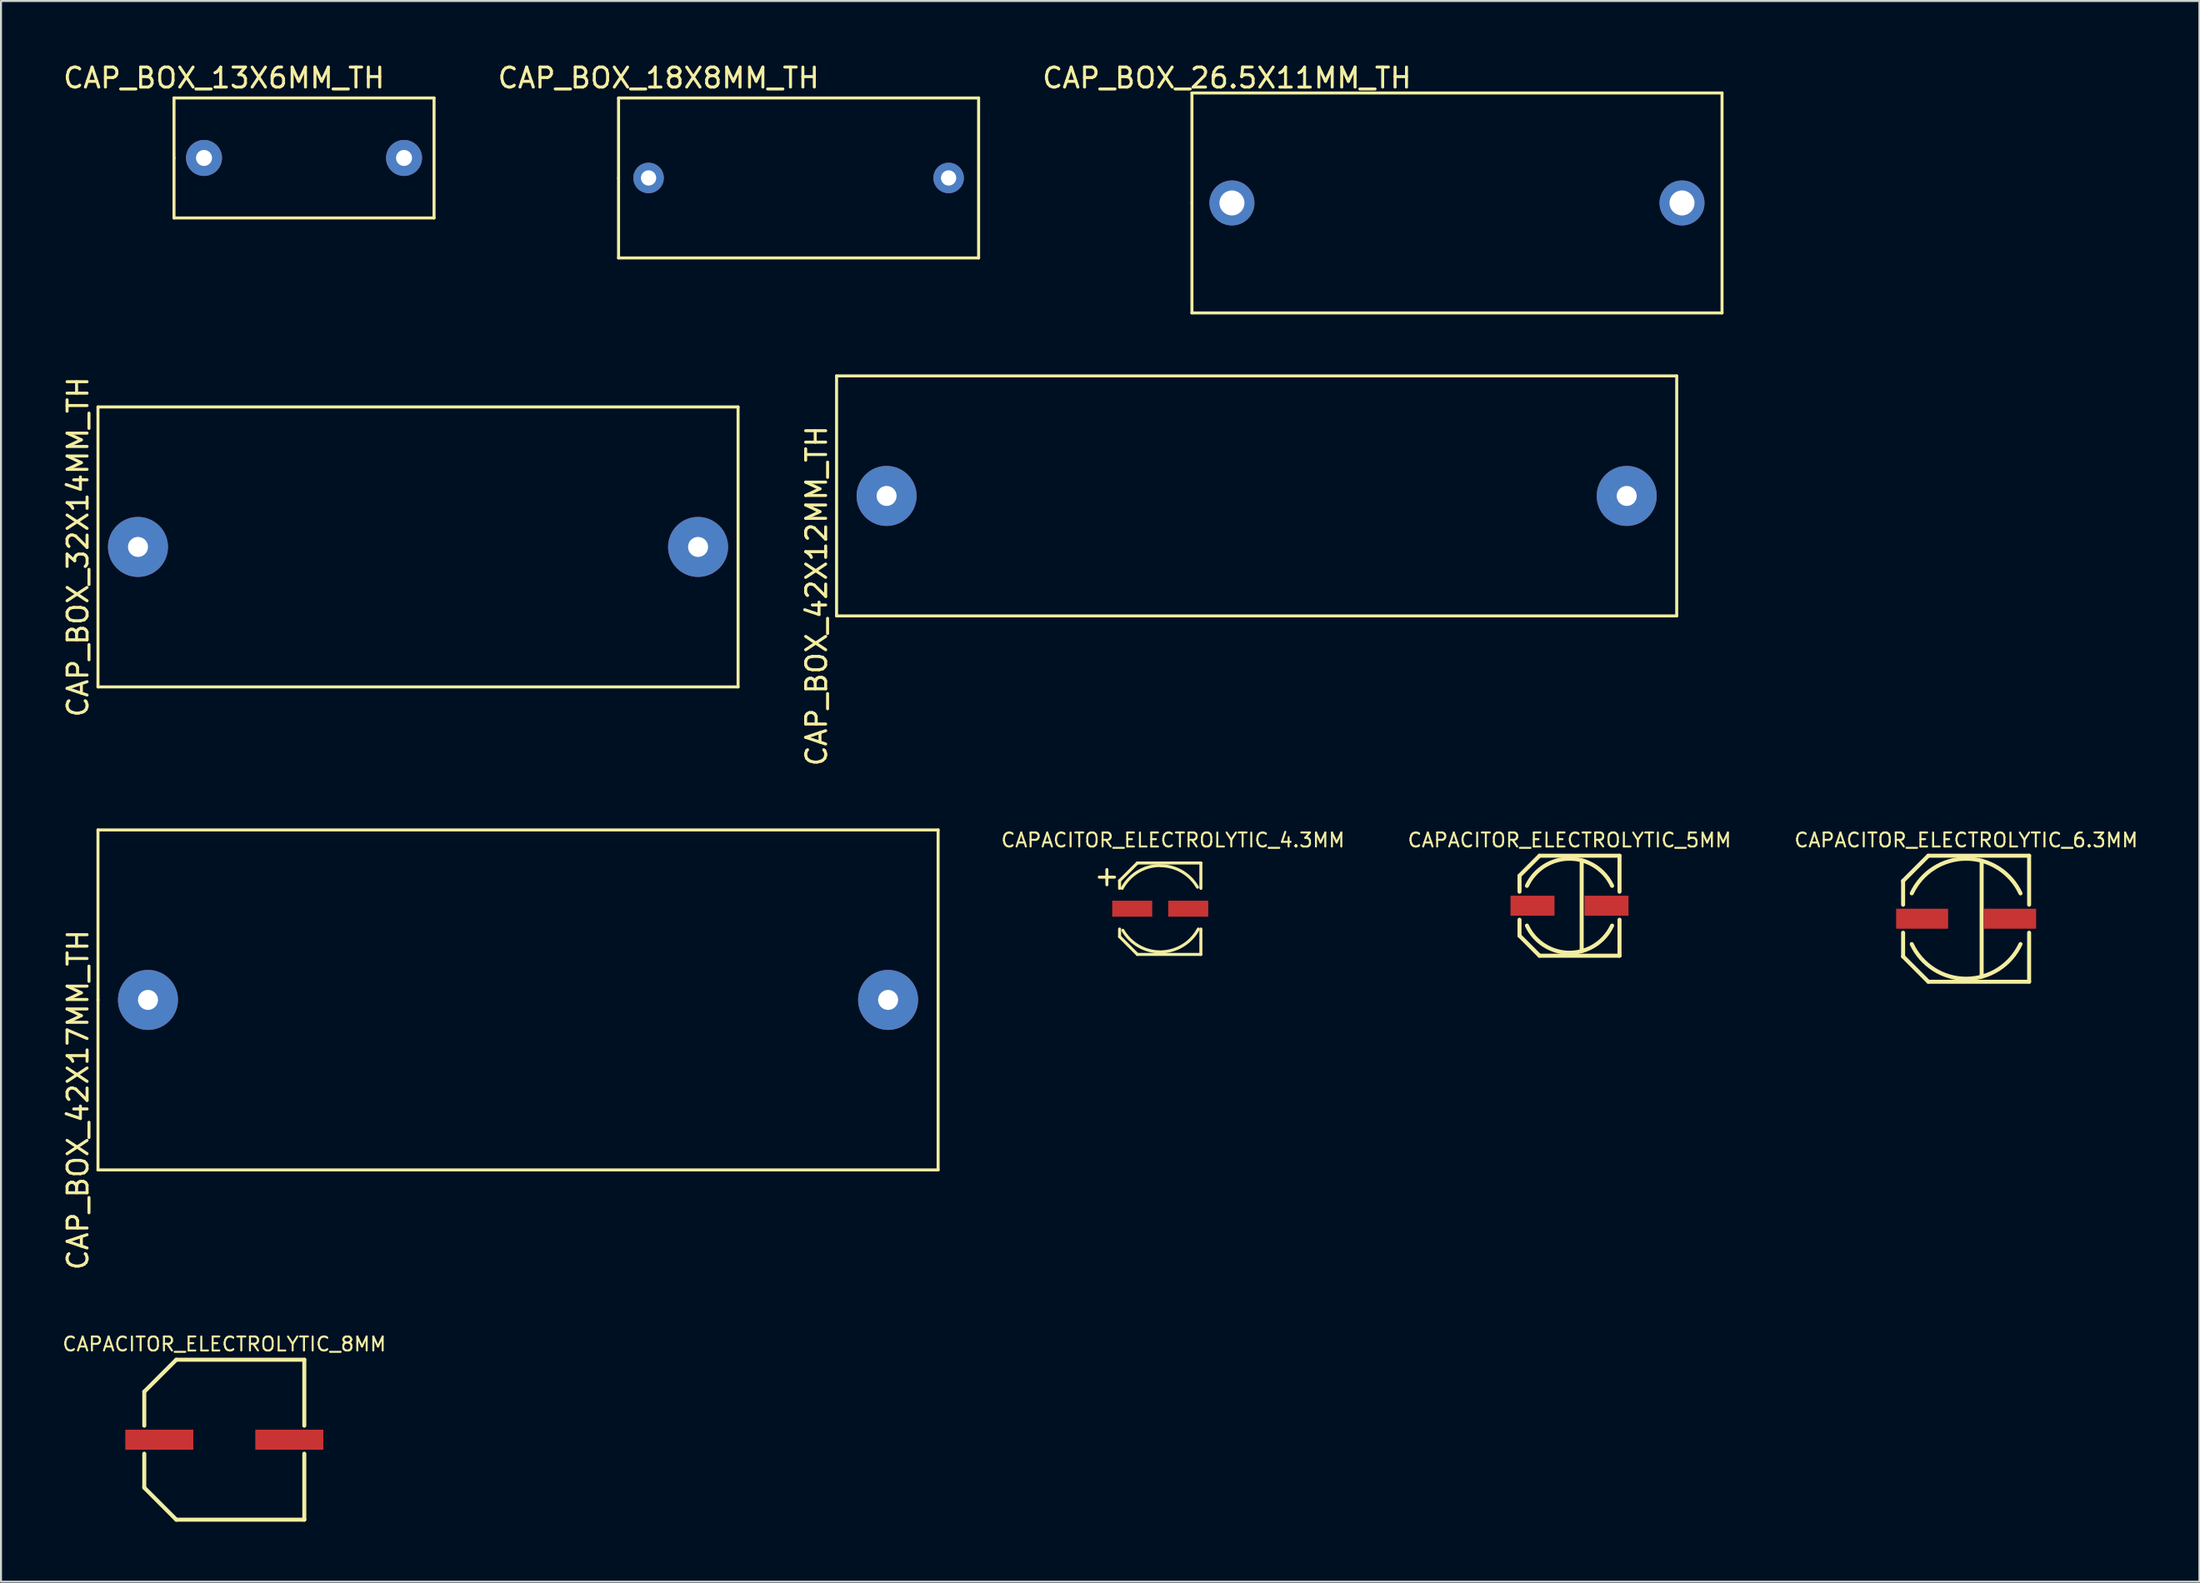
<source format=kicad_pcb>
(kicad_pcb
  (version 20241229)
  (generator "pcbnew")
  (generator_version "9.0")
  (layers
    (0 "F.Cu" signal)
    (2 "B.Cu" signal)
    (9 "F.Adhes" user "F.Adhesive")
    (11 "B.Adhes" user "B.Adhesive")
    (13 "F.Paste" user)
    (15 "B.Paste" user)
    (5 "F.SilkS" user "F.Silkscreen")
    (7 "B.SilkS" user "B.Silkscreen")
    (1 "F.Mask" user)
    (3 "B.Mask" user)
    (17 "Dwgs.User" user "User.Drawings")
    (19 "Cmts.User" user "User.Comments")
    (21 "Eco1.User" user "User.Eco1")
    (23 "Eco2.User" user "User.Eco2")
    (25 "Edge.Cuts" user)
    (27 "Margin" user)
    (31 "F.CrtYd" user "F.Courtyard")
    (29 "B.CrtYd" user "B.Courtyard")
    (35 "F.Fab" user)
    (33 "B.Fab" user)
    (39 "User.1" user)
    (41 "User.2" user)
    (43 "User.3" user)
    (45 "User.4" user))
  (footprint "CAP_BOX_18X8MM_TH"
    (layer "F.Cu")
    (at 36.873 5.848)
    (property "Reference" "CAP_BOX_18X8MM_TH" (at -7 -5 0) (layer "F.SilkS") (effects (font (size 1 1) (thickness 0.15))))
    (attr through_hole)
    (fp_line (start -9 -4) (end 9 -4) (stroke (width 0.15) (type solid)) (layer "F.SilkS"))
    (fp_line (start -9 0) (end -9 -4) (stroke (width 0.15) (type solid)) (layer "F.SilkS"))
    (fp_line (start -9 4) (end -9 0) (stroke (width 0.15) (type solid)) (layer "F.SilkS"))
    (fp_line (start 9 -4) (end 9 4) (stroke (width 0.15) (type solid)) (layer "F.SilkS"))
    (fp_line (start 9 4) (end -9 4) (stroke (width 0.15) (type solid)) (layer "F.SilkS"))
    (pad "1" thru_hole circle (at -7.5 0) (size 1.524 1.524) (drill 0.762) (layers "*.Cu" "*.Mask"))
    (pad "2" thru_hole circle (at 7.5 0) (size 1.524 1.524) (drill 0.762) (layers "*.Cu" "*.Mask")))
  (footprint "CAP_BOX_13X6MM_TH"
    (layer "F.Cu")
    (at 12.149 4.848)
    (property "Reference" "CAP_BOX_13X6MM_TH" (at -4 -4 0) (layer "F.SilkS") (effects (font (size 1 1) (thickness 0.15))))
    (attr through_hole)
    (fp_line (start -6.5 -3) (end 6.5 -3) (stroke (width 0.15) (type solid)) (layer "F.SilkS"))
    (fp_line (start -6.5 0) (end -6.5 -3) (stroke (width 0.15) (type solid)) (layer "F.SilkS"))
    (fp_line (start -6.5 3) (end -6.5 0) (stroke (width 0.15) (type solid)) (layer "F.SilkS"))
    (fp_line (start 6.5 -3) (end 6.5 3) (stroke (width 0.15) (type solid)) (layer "F.SilkS"))
    (fp_line (start 6.5 3) (end -6.5 3) (stroke (width 0.15) (type solid)) (layer "F.SilkS"))
    (pad "1" thru_hole circle (at -5 0) (size 1.8 1.8) (drill 0.8) (layers "*.Cu" "*.Mask"))
    (pad "2" thru_hole circle (at 5 0) (size 1.8 1.8) (drill 0.8) (layers "*.Cu" "*.Mask")))
  (footprint "CAP_BOX_26.5X11MM_TH"
    (layer "F.Cu")
    (at 69.787 7.098)
    (property "Reference" "CAP_BOX_26.5X11MM_TH" (at -11.5 -6.25 0) (layer "F.SilkS") (effects (font (size 1 1) (thickness 0.15))))
    (attr through_hole)
    (fp_line (start -13.25 -5.5) (end 13.25 -5.5) (stroke (width 0.15) (type solid)) (layer "F.SilkS"))
    (fp_line (start -13.25 0) (end -13.25 -5.5) (stroke (width 0.15) (type solid)) (layer "F.SilkS"))
    (fp_line (start -13.25 5.5) (end -13.25 0) (stroke (width 0.15) (type solid)) (layer "F.SilkS"))
    (fp_line (start 13.25 -5.5) (end 13.25 5.5) (stroke (width 0.15) (type solid)) (layer "F.SilkS"))
    (fp_line (start 13.25 5.5) (end -13.25 5.5) (stroke (width 0.15) (type solid)) (layer "F.SilkS"))
    (pad "1" thru_hole circle (at -11.25 0) (size 2.25 2.25) (drill 1.25) (layers "*.Cu" "*.Mask"))
    (pad "2" thru_hole circle (at 11.25 0) (size 2.25 2.25) (drill 1.25) (layers "*.Cu" "*.Mask")))
  (footprint "CAPACITOR_ELECTROLYTIC_5MM"
    (layer "F.Cu")
    (at 75.413 42.238)
    (property "Reference" "CAPACITOR_ELECTROLYTIC_5MM" (at 0 -3.28 0) (layer "F.SilkS") (effects (font (size 0.7 0.7) (thickness 0.1))))
    (attr through_hole)
    (fp_line (start -2.5 -1.5) (end -2.5 -0.7) (stroke (width 0.2) (type solid)) (layer "F.SilkS"))
    (fp_line (start -2.5 1.5) (end -2.5 0.7) (stroke (width 0.2) (type solid)) (layer "F.SilkS"))
    (fp_line (start -1.5 -2.5) (end -2.5 -1.5) (stroke (width 0.2) (type solid)) (layer "F.SilkS"))
    (fp_line (start -1.5 -2.5) (end 2.5 -2.5) (stroke (width 0.2) (type solid)) (layer "F.SilkS"))
    (fp_line (start -1.5 2.5) (end -2.5 1.5) (stroke (width 0.2) (type solid)) (layer "F.SilkS"))
    (fp_line (start -1.5 2.5) (end 2.5 2.5) (stroke (width 0.2) (type solid)) (layer "F.SilkS"))
    (fp_line (start 0.608 -2.27) (end 0.608 2.27) (stroke (width 0.2) (type solid)) (layer "F.SilkS"))
    (fp_line (start 2.5 -2.5) (end 2.5 -0.7) (stroke (width 0.2) (type solid)) (layer "F.SilkS"))
    (fp_line (start 2.5 2.5) (end 2.5 0.7) (stroke (width 0.2) (type solid)) (layer "F.SilkS"))
    (fp_arc (start -2.1298 -0.9932) (mid 0.000052 -2.349999) (end 2.129844 -0.993105) (stroke (width 0.2) (type solid)) (layer "F.SilkS"))
    (fp_arc (start 2.1298 0.9932) (mid -0.000052 2.349999) (end -2.129844 0.993105) (stroke (width 0.2) (type solid)) (layer "F.SilkS"))
    (pad "1" smd rect (at -1.85 0) (size 2.2 1) (layers "F.Cu" "F.Mask" "F.Paste"))
    (pad "2" smd rect (at 1.85 0) (size 2.2 1) (layers "F.Cu" "F.Mask" "F.Paste")))
  (footprint "CAP_BOX_32X14MM_TH"
    (layer "F.Cu")
    (at 17.848 24.298)
    (property "Reference" "CAP_BOX_32X14MM_TH" (at -17 0 90) (layer "F.SilkS") (effects (font (size 1 1) (thickness 0.15))))
    (attr through_hole)
    (fp_line (start -16 -7) (end 16 -7) (stroke (width 0.15) (type solid)) (layer "F.SilkS"))
    (fp_line (start -16 7) (end -16 -7) (stroke (width 0.15) (type solid)) (layer "F.SilkS"))
    (fp_line (start 16 -7) (end 16 7) (stroke (width 0.15) (type solid)) (layer "F.SilkS"))
    (fp_line (start 16 7) (end -16 7) (stroke (width 0.15) (type solid)) (layer "F.SilkS"))
    (pad "1" thru_hole circle (at -14 0) (size 3 3) (drill 1) (layers "*.Cu" "*.Mask"))
    (pad "2" thru_hole circle (at 14 0) (size 3 3) (drill 1) (layers "*.Cu" "*.Mask")))
  (footprint "CAPACITOR_ELECTROLYTIC_8MM"
    (layer "F.Cu")
    (at 8.163 68.938)
    (property "Reference" "CAPACITOR_ELECTROLYTIC_8MM" (at 0 -4.78 0) (layer "F.SilkS") (effects (font (size 0.7 0.7) (thickness 0.1))))
    (attr through_hole)
    (fp_line (start -4 -2.4) (end -4 -0.7) (stroke (width 0.2) (type solid)) (layer "F.SilkS"))
    (fp_line (start -4 2.4) (end -4 0.7) (stroke (width 0.2) (type solid)) (layer "F.SilkS"))
    (fp_line (start -2.4 -4) (end -4 -2.4) (stroke (width 0.2) (type solid)) (layer "F.SilkS"))
    (fp_line (start -2.4 -4) (end 4 -4) (stroke (width 0.2) (type solid)) (layer "F.SilkS"))
    (fp_line (start -2.4 4) (end -4 2.4) (stroke (width 0.2) (type solid)) (layer "F.SilkS"))
    (fp_line (start -2.4 4) (end 4 4) (stroke (width 0.2) (type solid)) (layer "F.SilkS"))
    (fp_line (start 4 -4) (end 4 -0.7) (stroke (width 0.2) (type solid)) (layer "F.SilkS"))
    (fp_line (start 4 4) (end 4 0.7) (stroke (width 0.2) (type solid)) (layer "F.SilkS"))
    (pad "1" smd rect (at -3.25 0) (size 3.4 1) (layers "F.Cu" "F.Mask" "F.Paste"))
    (pad "2" smd rect (at 3.25 0) (size 3.4 1) (layers "F.Cu" "F.Mask" "F.Paste")))
  (footprint "CAPACITOR_ELECTROLYTIC_4.3MM"
    (layer "F.Cu")
    (at 54.952 42.387)
    (property "Reference" "CAPACITOR_ELECTROLYTIC_4.3MM" (at 0.635 -3.429 0) (layer "F.SilkS") (effects (font (size 0.7 0.7) (thickness 0.1))))
    (attr through_hole)
    (fp_line (start -2.032 -1.397) (end -2.032 -1.016) (stroke (width 0.15) (type solid)) (layer "F.SilkS"))
    (fp_line (start -2.032 1.397) (end -2.032 1.016) (stroke (width 0.15) (type solid)) (layer "F.SilkS"))
    (fp_line (start -1.143 -2.286) (end -2.032 -1.397) (stroke (width 0.15) (type solid)) (layer "F.SilkS"))
    (fp_line (start -1.143 2.286) (end -2.032 1.397) (stroke (width 0.15) (type solid)) (layer "F.SilkS"))
    (fp_line (start 0 -2.286) (end -1.143 -2.286) (stroke (width 0.15) (type solid)) (layer "F.SilkS"))
    (fp_line (start 0 -2.286) (end 2.032 -2.286) (stroke (width 0.15) (type solid)) (layer "F.SilkS"))
    (fp_line (start 2.032 -2.286) (end 2.032 -1.016) (stroke (width 0.15) (type solid)) (layer "F.SilkS"))
    (fp_line (start 2.032 1.016) (end 2.032 2.286) (stroke (width 0.15) (type solid)) (layer "F.SilkS"))
    (fp_line (start 2.032 2.286) (end -1.143 2.286) (stroke (width 0.15) (type solid)) (layer "F.SilkS"))
    (fp_arc (start -1.905 -1.016) (mid -1.141778 -1.832382) (end -0.072618 -2.157778) (stroke (width 0.15) (type solid)) (layer "F.SilkS"))
    (fp_arc (start 0 -2.15) (mid 1.075 -1.861955) (end 1.861955 -1.075) (stroke (width 0.15) (type solid)) (layer "F.SilkS"))
    (fp_arc (start 0 2.159) (mid -1.0795 1.869749) (end -1.869749 1.0795) (stroke (width 0.15) (type solid)) (layer "F.SilkS"))
    (fp_arc (start 1.905 1.016) (mid 1.141778 1.832382) (end 0.072618 2.157778) (stroke (width 0.15) (type solid)) (layer "F.SilkS"))
    (fp_text user "+" (at -2.667 -1.651 0) (layer "F.SilkS") (effects (font (size 1 1) (thickness 0.15))))
    (pad "1" smd rect (at -1.4 0) (size 2 0.8) (layers "F.Cu" "F.Mask" "F.Paste"))
    (pad "2" smd rect (at 1.4 0) (size 2 0.8) (layers "F.Cu" "F.Mask" "F.Paste")))
  (footprint "CAP_BOX_42X17MM_TH"
    (layer "F.Cu")
    (at 22.848 46.948)
    (property "Reference" "CAP_BOX_42X17MM_TH" (at -22 5 90) (layer "F.SilkS") (effects (font (size 1 1) (thickness 0.15))))
    (attr through_hole)
    (fp_line (start -21 -8.5) (end 21 -8.5) (stroke (width 0.15) (type solid)) (layer "F.SilkS"))
    (fp_line (start -21 0) (end -21 -8.5) (stroke (width 0.15) (type solid)) (layer "F.SilkS"))
    (fp_line (start -21 8.5) (end -21 0) (stroke (width 0.15) (type solid)) (layer "F.SilkS"))
    (fp_line (start 21 -8.5) (end 21 8.5) (stroke (width 0.15) (type solid)) (layer "F.SilkS"))
    (fp_line (start 21 8.5) (end -21 8.5) (stroke (width 0.15) (type solid)) (layer "F.SilkS"))
    (pad "1" thru_hole circle (at -18.5 0) (size 3 3) (drill 1) (layers "*.Cu" "*.Mask"))
    (pad "2" thru_hole circle (at 18.5 0) (size 3 3) (drill 1) (layers "*.Cu" "*.Mask")))
  (footprint "CAP_BOX_42X12MM_TH"
    (layer "F.Cu")
    (at 59.772 21.748)
    (property "Reference" "CAP_BOX_42X12MM_TH" (at -22 5 90) (layer "F.SilkS") (effects (font (size 1 1) (thickness 0.15))))
    (attr through_hole)
    (fp_line (start -21 -6) (end -21 6) (stroke (width 0.15) (type solid)) (layer "F.SilkS"))
    (fp_line (start -21 -6) (end 21 -6) (stroke (width 0.15) (type solid)) (layer "F.SilkS"))
    (fp_line (start -21 6) (end 21 6) (stroke (width 0.15) (type solid)) (layer "F.SilkS"))
    (fp_line (start 21 -6) (end 21 6) (stroke (width 0.15) (type solid)) (layer "F.SilkS"))
    (pad "1" thru_hole circle (at -18.5 0) (size 3 3) (drill 1) (layers "*.Cu" "*.Mask"))
    (pad "2" thru_hole circle (at 18.5 0) (size 3 3) (drill 1) (layers "*.Cu" "*.Mask")))
  (footprint "CAPACITOR_ELECTROLYTIC_6.3MM"
    (layer "F.Cu")
    (at 95.24 42.888)
    (property "Reference" "CAPACITOR_ELECTROLYTIC_6.3MM" (at 0 -3.93 0) (layer "F.SilkS") (effects (font (size 0.7 0.7) (thickness 0.1))))
    (attr through_hole)
    (fp_line (start -3.15 -1.89) (end -3.15 -0.7) (stroke (width 0.2) (type solid)) (layer "F.SilkS"))
    (fp_line (start -3.15 1.89) (end -3.15 0.7) (stroke (width 0.2) (type solid)) (layer "F.SilkS"))
    (fp_line (start -1.89 -3.15) (end -3.15 -1.89) (stroke (width 0.2) (type solid)) (layer "F.SilkS"))
    (fp_line (start -1.89 -3.15) (end 3.15 -3.15) (stroke (width 0.2) (type solid)) (layer "F.SilkS"))
    (fp_line (start -1.89 3.15) (end -3.15 1.89) (stroke (width 0.2) (type solid)) (layer "F.SilkS"))
    (fp_line (start -1.89 3.15) (end 3.15 3.15) (stroke (width 0.2) (type solid)) (layer "F.SilkS"))
    (fp_line (start 0.776 -2.898) (end 0.776 2.898) (stroke (width 0.2) (type solid)) (layer "F.SilkS"))
    (fp_line (start 3.15 -3.15) (end 3.15 -0.7) (stroke (width 0.2) (type solid)) (layer "F.SilkS"))
    (fp_line (start 3.15 3.15) (end 3.15 0.7) (stroke (width 0.2) (type solid)) (layer "F.SilkS"))
    (fp_arc (start -2.7189 -1.2679) (mid 0.000051 -2.999998) (end 2.718943 -1.267808) (stroke (width 0.2) (type solid)) (layer "F.SilkS"))
    (fp_arc (start 2.7189 1.2679) (mid -0.000051 2.999998) (end -2.718943 1.267808) (stroke (width 0.2) (type solid)) (layer "F.SilkS"))
    (pad "1" smd rect (at -2.2 0) (size 2.6 1) (layers "F.Cu" "F.Mask" "F.Paste"))
    (pad "2" smd rect (at 2.2 0) (size 2.6 1) (layers "F.Cu" "F.Mask" "F.Paste")))
  (gr_rect
    (start -3 -3)
    (end 106.903 76.038)
    (stroke (width 0.1) (type default))
    (fill no)
    (layer "Edge.Cuts")))
</source>
